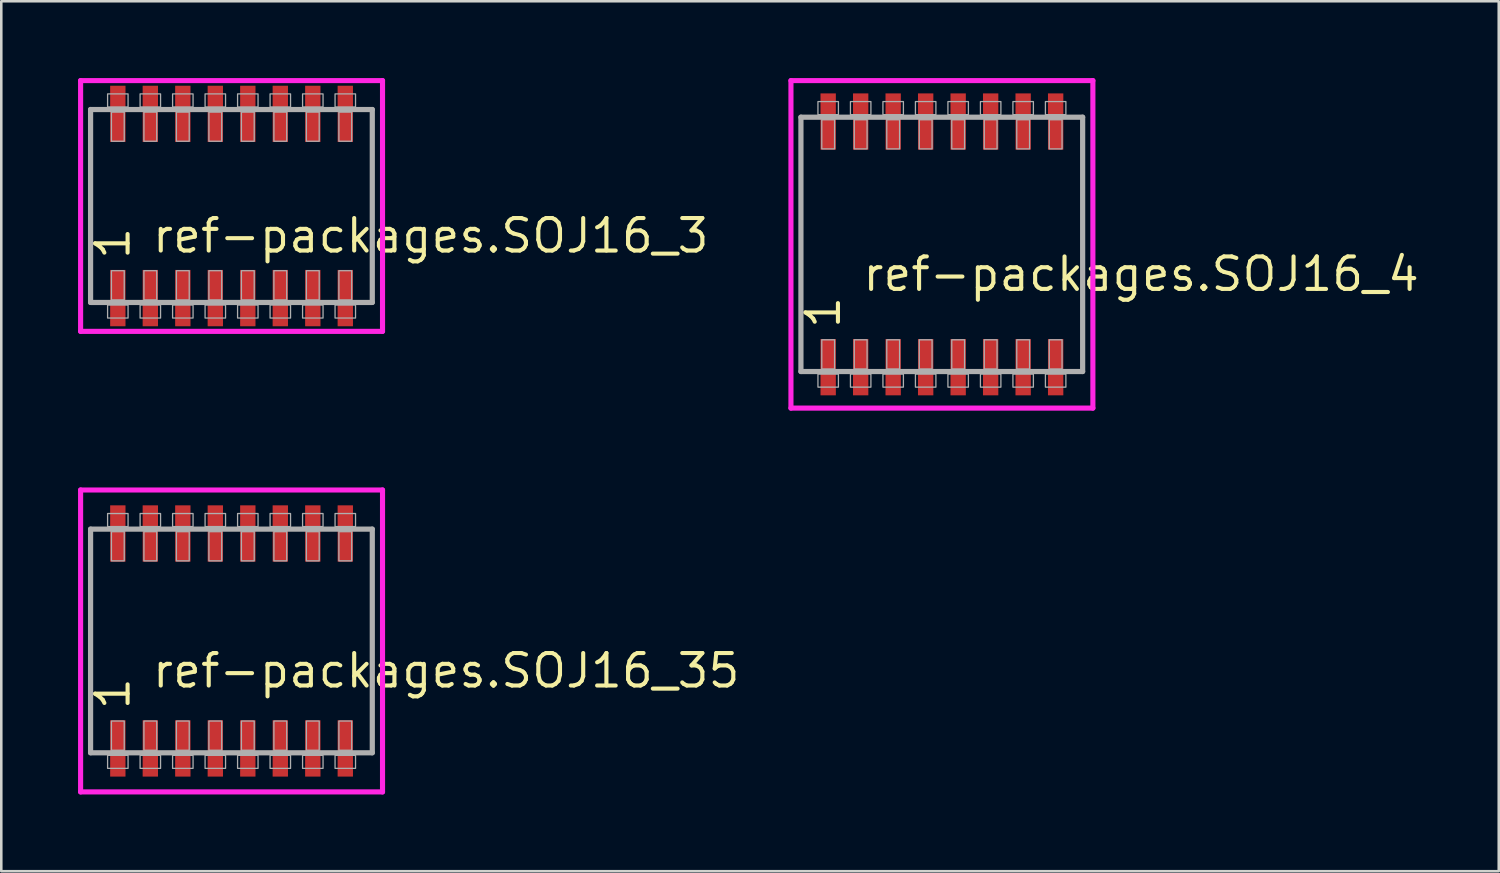
<source format=kicad_pcb>
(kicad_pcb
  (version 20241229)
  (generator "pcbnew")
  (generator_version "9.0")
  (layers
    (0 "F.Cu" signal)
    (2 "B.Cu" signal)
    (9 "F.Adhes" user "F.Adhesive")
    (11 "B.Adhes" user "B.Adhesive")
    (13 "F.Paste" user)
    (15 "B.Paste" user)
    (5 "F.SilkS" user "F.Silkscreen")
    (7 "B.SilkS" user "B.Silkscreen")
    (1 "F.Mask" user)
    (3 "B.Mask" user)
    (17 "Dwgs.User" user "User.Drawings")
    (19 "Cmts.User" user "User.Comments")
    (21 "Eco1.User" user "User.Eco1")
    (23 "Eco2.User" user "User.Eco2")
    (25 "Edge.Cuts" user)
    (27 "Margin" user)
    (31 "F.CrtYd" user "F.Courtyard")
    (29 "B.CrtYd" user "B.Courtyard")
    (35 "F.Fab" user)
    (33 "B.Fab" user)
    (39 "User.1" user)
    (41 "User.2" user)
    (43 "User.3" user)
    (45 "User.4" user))
  (footprint "ref-packages.SOJ16_35"
    (layer "F.Cu")
    (at 6 22)
    (property "Reference" "ref-packages.SOJ16_35" (at -3.175 1.905 0) (layer "F.SilkS") (effects (font (size 1.27 1.27) (thickness 0.16)) (justify left bottom)))
    (attr smd)
    (fp_line (start -5.9 -5.9) (end 5.9 -5.9) (stroke (width 0.2) (type default)) (layer "F.CrtYd"))
    (fp_line (start -5.9 5.9) (end -5.9 -5.9) (stroke (width 0.2) (type default)) (layer "F.CrtYd"))
    (fp_line (start 5.9 -5.9) (end 5.9 5.9) (stroke (width 0.2) (type default)) (layer "F.CrtYd"))
    (fp_line (start 5.9 5.9) (end -5.9 5.9) (stroke (width 0.2) (type default)) (layer "F.CrtYd"))
    (fp_line (start -5.51 -4.37) (end 5.5 -4.37) (stroke (width 0.203) (type default)) (layer "F.Fab"))
    (fp_line (start -5.51 4.37) (end -5.51 -4.37) (stroke (width 0.203) (type default)) (layer "F.Fab"))
    (fp_line (start 5.5 -4.37) (end 5.5 4.37) (stroke (width 0.203) (type default)) (layer "F.Fab"))
    (fp_line (start 5.5 4.37) (end -5.51 4.37) (stroke (width 0.203) (type default)) (layer "F.Fab"))
    (fp_rect (start -4.845 -4.47) (end -4.045 -4.98) (stroke (width 0.05) (type default)) (fill no) (layer "F.Fab"))
    (fp_rect (start -4.845 4.98) (end -4.045 4.47) (stroke (width 0.05) (type default)) (fill no) (layer "F.Fab"))
    (fp_rect (start -4.695 -3.13) (end -4.195 -4.27) (stroke (width 0.05) (type default)) (fill no) (layer "F.Fab"))
    (fp_rect (start -4.695 4.27) (end -4.195 3.13) (stroke (width 0.05) (type default)) (fill no) (layer "F.Fab"))
    (fp_rect (start -3.575 -4.47) (end -2.775 -4.98) (stroke (width 0.05) (type default)) (fill no) (layer "F.Fab"))
    (fp_rect (start -3.575 4.98) (end -2.775 4.47) (stroke (width 0.05) (type default)) (fill no) (layer "F.Fab"))
    (fp_rect (start -3.425 -3.13) (end -2.925 -4.27) (stroke (width 0.05) (type default)) (fill no) (layer "F.Fab"))
    (fp_rect (start -3.425 4.27) (end -2.925 3.13) (stroke (width 0.05) (type default)) (fill no) (layer "F.Fab"))
    (fp_rect (start -2.305 -4.47) (end -1.505 -4.98) (stroke (width 0.05) (type default)) (fill no) (layer "F.Fab"))
    (fp_rect (start -2.305 4.98) (end -1.505 4.47) (stroke (width 0.05) (type default)) (fill no) (layer "F.Fab"))
    (fp_rect (start -2.155 -3.13) (end -1.655 -4.27) (stroke (width 0.05) (type default)) (fill no) (layer "F.Fab"))
    (fp_rect (start -2.155 4.27) (end -1.655 3.13) (stroke (width 0.05) (type default)) (fill no) (layer "F.Fab"))
    (fp_rect (start -1.035 -4.47) (end -0.235 -4.98) (stroke (width 0.05) (type default)) (fill no) (layer "F.Fab"))
    (fp_rect (start -1.035 4.98) (end -0.235 4.47) (stroke (width 0.05) (type default)) (fill no) (layer "F.Fab"))
    (fp_rect (start -0.885 -3.13) (end -0.385 -4.27) (stroke (width 0.05) (type default)) (fill no) (layer "F.Fab"))
    (fp_rect (start -0.885 4.27) (end -0.385 3.13) (stroke (width 0.05) (type default)) (fill no) (layer "F.Fab"))
    (fp_rect (start 0.235 -4.47) (end 1.035 -4.98) (stroke (width 0.05) (type default)) (fill no) (layer "F.Fab"))
    (fp_rect (start 0.235 4.98) (end 1.035 4.47) (stroke (width 0.05) (type default)) (fill no) (layer "F.Fab"))
    (fp_rect (start 0.385 -3.13) (end 0.885 -4.27) (stroke (width 0.05) (type default)) (fill no) (layer "F.Fab"))
    (fp_rect (start 0.385 4.27) (end 0.885 3.13) (stroke (width 0.05) (type default)) (fill no) (layer "F.Fab"))
    (fp_rect (start 1.505 -4.47) (end 2.305 -4.98) (stroke (width 0.05) (type default)) (fill no) (layer "F.Fab"))
    (fp_rect (start 1.505 4.98) (end 2.305 4.47) (stroke (width 0.05) (type default)) (fill no) (layer "F.Fab"))
    (fp_rect (start 1.655 -3.13) (end 2.155 -4.27) (stroke (width 0.05) (type default)) (fill no) (layer "F.Fab"))
    (fp_rect (start 1.655 4.27) (end 2.155 3.13) (stroke (width 0.05) (type default)) (fill no) (layer "F.Fab"))
    (fp_rect (start 2.775 -4.47) (end 3.575 -4.98) (stroke (width 0.05) (type default)) (fill no) (layer "F.Fab"))
    (fp_rect (start 2.775 4.98) (end 3.575 4.47) (stroke (width 0.05) (type default)) (fill no) (layer "F.Fab"))
    (fp_rect (start 2.925 -3.13) (end 3.425 -4.27) (stroke (width 0.05) (type default)) (fill no) (layer "F.Fab"))
    (fp_rect (start 2.925 4.27) (end 3.425 3.13) (stroke (width 0.05) (type default)) (fill no) (layer "F.Fab"))
    (fp_rect (start 4.045 -4.47) (end 4.845 -4.98) (stroke (width 0.05) (type default)) (fill no) (layer "F.Fab"))
    (fp_rect (start 4.045 4.98) (end 4.845 4.47) (stroke (width 0.05) (type default)) (fill no) (layer "F.Fab"))
    (fp_rect (start 4.195 -3.13) (end 4.695 -4.27) (stroke (width 0.05) (type default)) (fill no) (layer "F.Fab"))
    (fp_rect (start 4.195 4.27) (end 4.695 3.13) (stroke (width 0.05) (type default)) (fill no) (layer "F.Fab"))
    (fp_text user "1" (at -3.9 2.77 90) (layer "F.SilkS") (effects (font (size 1.27 1.27) (thickness 0.16)) (justify left bottom)))
    (pad "1" smd roundrect (at -4.445 4.2) (size 0.6 2.2) (layers "F.Cu" "F.Mask" "F.Paste") (roundrect_rratio 0.01))
    (pad "2" smd roundrect (at -3.175 4.2) (size 0.6 2.2) (layers "F.Cu" "F.Mask" "F.Paste") (roundrect_rratio 0.01))
    (pad "3" smd roundrect (at -1.905 4.2) (size 0.6 2.2) (layers "F.Cu" "F.Mask" "F.Paste") (roundrect_rratio 0.01))
    (pad "4" smd roundrect (at -0.635 4.2) (size 0.6 2.2) (layers "F.Cu" "F.Mask" "F.Paste") (roundrect_rratio 0.01))
    (pad "5" smd roundrect (at 0.635 4.2) (size 0.6 2.2) (layers "F.Cu" "F.Mask" "F.Paste") (roundrect_rratio 0.01))
    (pad "6" smd roundrect (at 1.905 4.2) (size 0.6 2.2) (layers "F.Cu" "F.Mask" "F.Paste") (roundrect_rratio 0.01))
    (pad "7" smd roundrect (at 3.175 4.2) (size 0.6 2.2) (layers "F.Cu" "F.Mask" "F.Paste") (roundrect_rratio 0.01))
    (pad "8" smd roundrect (at 4.445 4.2) (size 0.6 2.2) (layers "F.Cu" "F.Mask" "F.Paste") (roundrect_rratio 0.01))
    (pad "9" smd roundrect (at 4.445 -4.2) (size 0.6 2.2) (layers "F.Cu" "F.Mask" "F.Paste") (roundrect_rratio 0.01))
    (pad "10" smd roundrect (at 3.175 -4.2) (size 0.6 2.2) (layers "F.Cu" "F.Mask" "F.Paste") (roundrect_rratio 0.01))
    (pad "11" smd roundrect (at 1.905 -4.2) (size 0.6 2.2) (layers "F.Cu" "F.Mask" "F.Paste") (roundrect_rratio 0.01))
    (pad "12" smd roundrect (at 0.635 -4.2) (size 0.6 2.2) (layers "F.Cu" "F.Mask" "F.Paste") (roundrect_rratio 0.01))
    (pad "13" smd roundrect (at -0.635 -4.2) (size 0.6 2.2) (layers "F.Cu" "F.Mask" "F.Paste") (roundrect_rratio 0.01))
    (pad "14" smd roundrect (at -1.905 -4.2) (size 0.6 2.2) (layers "F.Cu" "F.Mask" "F.Paste") (roundrect_rratio 0.01))
    (pad "15" smd roundrect (at -3.175 -4.2) (size 0.6 2.2) (layers "F.Cu" "F.Mask" "F.Paste") (roundrect_rratio 0.01))
    (pad "16" smd roundrect (at -4.445 -4.2) (size 0.6 2.2) (layers "F.Cu" "F.Mask" "F.Paste") (roundrect_rratio 0.01)))
  (footprint "ref-packages.SOJ16_4"
    (layer "F.Cu")
    (at 33.762 6.5)
    (property "Reference" "ref-packages.SOJ16_4" (at -3.175 1.905 0) (layer "F.SilkS") (effects (font (size 1.27 1.27) (thickness 0.16)) (justify left bottom)))
    (attr smd)
    (fp_line (start -5.9 -6.4) (end 5.9 -6.4) (stroke (width 0.2) (type default)) (layer "F.CrtYd"))
    (fp_line (start -5.9 6.4) (end -5.9 -6.4) (stroke (width 0.2) (type default)) (layer "F.CrtYd"))
    (fp_line (start 5.9 -6.4) (end 5.9 6.4) (stroke (width 0.2) (type default)) (layer "F.CrtYd"))
    (fp_line (start 5.9 6.4) (end -5.9 6.4) (stroke (width 0.2) (type default)) (layer "F.CrtYd"))
    (fp_line (start -5.51 -4.97) (end 5.5 -4.97) (stroke (width 0.203) (type default)) (layer "F.Fab"))
    (fp_line (start -5.51 4.97) (end -5.51 -4.97) (stroke (width 0.203) (type default)) (layer "F.Fab"))
    (fp_line (start 5.5 -4.97) (end 5.5 4.97) (stroke (width 0.203) (type default)) (layer "F.Fab"))
    (fp_line (start 5.5 4.97) (end -5.51 4.97) (stroke (width 0.203) (type default)) (layer "F.Fab"))
    (fp_rect (start -4.845 -5.07) (end -4.045 -5.58) (stroke (width 0.05) (type default)) (fill no) (layer "F.Fab"))
    (fp_rect (start -4.845 5.58) (end -4.045 5.07) (stroke (width 0.05) (type default)) (fill no) (layer "F.Fab"))
    (fp_rect (start -4.695 -3.73) (end -4.195 -4.87) (stroke (width 0.05) (type default)) (fill no) (layer "F.Fab"))
    (fp_rect (start -4.695 4.87) (end -4.195 3.73) (stroke (width 0.05) (type default)) (fill no) (layer "F.Fab"))
    (fp_rect (start -3.575 -5.07) (end -2.775 -5.58) (stroke (width 0.05) (type default)) (fill no) (layer "F.Fab"))
    (fp_rect (start -3.575 5.58) (end -2.775 5.07) (stroke (width 0.05) (type default)) (fill no) (layer "F.Fab"))
    (fp_rect (start -3.425 -3.73) (end -2.925 -4.87) (stroke (width 0.05) (type default)) (fill no) (layer "F.Fab"))
    (fp_rect (start -3.425 4.87) (end -2.925 3.73) (stroke (width 0.05) (type default)) (fill no) (layer "F.Fab"))
    (fp_rect (start -2.305 -5.07) (end -1.505 -5.58) (stroke (width 0.05) (type default)) (fill no) (layer "F.Fab"))
    (fp_rect (start -2.305 5.58) (end -1.505 5.07) (stroke (width 0.05) (type default)) (fill no) (layer "F.Fab"))
    (fp_rect (start -2.155 -3.73) (end -1.655 -4.87) (stroke (width 0.05) (type default)) (fill no) (layer "F.Fab"))
    (fp_rect (start -2.155 4.87) (end -1.655 3.73) (stroke (width 0.05) (type default)) (fill no) (layer "F.Fab"))
    (fp_rect (start -1.035 -5.07) (end -0.235 -5.58) (stroke (width 0.05) (type default)) (fill no) (layer "F.Fab"))
    (fp_rect (start -1.035 5.58) (end -0.235 5.07) (stroke (width 0.05) (type default)) (fill no) (layer "F.Fab"))
    (fp_rect (start -0.885 -3.73) (end -0.385 -4.87) (stroke (width 0.05) (type default)) (fill no) (layer "F.Fab"))
    (fp_rect (start -0.885 4.87) (end -0.385 3.73) (stroke (width 0.05) (type default)) (fill no) (layer "F.Fab"))
    (fp_rect (start 0.235 -5.07) (end 1.035 -5.58) (stroke (width 0.05) (type default)) (fill no) (layer "F.Fab"))
    (fp_rect (start 0.235 5.58) (end 1.035 5.07) (stroke (width 0.05) (type default)) (fill no) (layer "F.Fab"))
    (fp_rect (start 0.385 -3.73) (end 0.885 -4.87) (stroke (width 0.05) (type default)) (fill no) (layer "F.Fab"))
    (fp_rect (start 0.385 4.87) (end 0.885 3.73) (stroke (width 0.05) (type default)) (fill no) (layer "F.Fab"))
    (fp_rect (start 1.505 -5.07) (end 2.305 -5.58) (stroke (width 0.05) (type default)) (fill no) (layer "F.Fab"))
    (fp_rect (start 1.505 5.58) (end 2.305 5.07) (stroke (width 0.05) (type default)) (fill no) (layer "F.Fab"))
    (fp_rect (start 1.655 -3.73) (end 2.155 -4.87) (stroke (width 0.05) (type default)) (fill no) (layer "F.Fab"))
    (fp_rect (start 1.655 4.87) (end 2.155 3.73) (stroke (width 0.05) (type default)) (fill no) (layer "F.Fab"))
    (fp_rect (start 2.775 -5.07) (end 3.575 -5.58) (stroke (width 0.05) (type default)) (fill no) (layer "F.Fab"))
    (fp_rect (start 2.775 5.58) (end 3.575 5.07) (stroke (width 0.05) (type default)) (fill no) (layer "F.Fab"))
    (fp_rect (start 2.925 -3.73) (end 3.425 -4.87) (stroke (width 0.05) (type default)) (fill no) (layer "F.Fab"))
    (fp_rect (start 2.925 4.87) (end 3.425 3.73) (stroke (width 0.05) (type default)) (fill no) (layer "F.Fab"))
    (fp_rect (start 4.045 -5.07) (end 4.845 -5.58) (stroke (width 0.05) (type default)) (fill no) (layer "F.Fab"))
    (fp_rect (start 4.045 5.58) (end 4.845 5.07) (stroke (width 0.05) (type default)) (fill no) (layer "F.Fab"))
    (fp_rect (start 4.195 -3.73) (end 4.695 -4.87) (stroke (width 0.05) (type default)) (fill no) (layer "F.Fab"))
    (fp_rect (start 4.195 4.87) (end 4.695 3.73) (stroke (width 0.05) (type default)) (fill no) (layer "F.Fab"))
    (fp_text user "1" (at -3.9 3.37 90) (layer "F.SilkS") (effects (font (size 1.27 1.27) (thickness 0.16)) (justify left bottom)))
    (pad "1" smd roundrect (at -4.445 4.8) (size 0.6 2.2) (layers "F.Cu" "F.Mask" "F.Paste") (roundrect_rratio 0.01))
    (pad "2" smd roundrect (at -3.175 4.8) (size 0.6 2.2) (layers "F.Cu" "F.Mask" "F.Paste") (roundrect_rratio 0.01))
    (pad "3" smd roundrect (at -1.905 4.8) (size 0.6 2.2) (layers "F.Cu" "F.Mask" "F.Paste") (roundrect_rratio 0.01))
    (pad "4" smd roundrect (at -0.635 4.8) (size 0.6 2.2) (layers "F.Cu" "F.Mask" "F.Paste") (roundrect_rratio 0.01))
    (pad "5" smd roundrect (at 0.635 4.8) (size 0.6 2.2) (layers "F.Cu" "F.Mask" "F.Paste") (roundrect_rratio 0.01))
    (pad "6" smd roundrect (at 1.905 4.8) (size 0.6 2.2) (layers "F.Cu" "F.Mask" "F.Paste") (roundrect_rratio 0.01))
    (pad "7" smd roundrect (at 3.175 4.8) (size 0.6 2.2) (layers "F.Cu" "F.Mask" "F.Paste") (roundrect_rratio 0.01))
    (pad "8" smd roundrect (at 4.445 4.8) (size 0.6 2.2) (layers "F.Cu" "F.Mask" "F.Paste") (roundrect_rratio 0.01))
    (pad "9" smd roundrect (at 4.445 -4.8) (size 0.6 2.2) (layers "F.Cu" "F.Mask" "F.Paste") (roundrect_rratio 0.01))
    (pad "10" smd roundrect (at 3.175 -4.8) (size 0.6 2.2) (layers "F.Cu" "F.Mask" "F.Paste") (roundrect_rratio 0.01))
    (pad "11" smd roundrect (at 1.905 -4.8) (size 0.6 2.2) (layers "F.Cu" "F.Mask" "F.Paste") (roundrect_rratio 0.01))
    (pad "12" smd roundrect (at 0.635 -4.8) (size 0.6 2.2) (layers "F.Cu" "F.Mask" "F.Paste") (roundrect_rratio 0.01))
    (pad "13" smd roundrect (at -0.635 -4.8) (size 0.6 2.2) (layers "F.Cu" "F.Mask" "F.Paste") (roundrect_rratio 0.01))
    (pad "14" smd roundrect (at -1.905 -4.8) (size 0.6 2.2) (layers "F.Cu" "F.Mask" "F.Paste") (roundrect_rratio 0.01))
    (pad "15" smd roundrect (at -3.175 -4.8) (size 0.6 2.2) (layers "F.Cu" "F.Mask" "F.Paste") (roundrect_rratio 0.01))
    (pad "16" smd roundrect (at -4.445 -4.8) (size 0.6 2.2) (layers "F.Cu" "F.Mask" "F.Paste") (roundrect_rratio 0.01)))
  (footprint "ref-packages.SOJ16_3"
    (layer "F.Cu")
    (at 6 5)
    (property "Reference" "ref-packages.SOJ16_3" (at -3.175 1.905 0) (layer "F.SilkS") (effects (font (size 1.27 1.27) (thickness 0.16)) (justify left bottom)))
    (attr smd)
    (fp_line (start -5.9 -4.9) (end 5.9 -4.9) (stroke (width 0.2) (type default)) (layer "F.CrtYd"))
    (fp_line (start -5.9 4.9) (end -5.9 -4.9) (stroke (width 0.2) (type default)) (layer "F.CrtYd"))
    (fp_line (start 5.9 -4.9) (end 5.9 4.9) (stroke (width 0.2) (type default)) (layer "F.CrtYd"))
    (fp_line (start 5.9 4.9) (end -5.9 4.9) (stroke (width 0.2) (type default)) (layer "F.CrtYd"))
    (fp_line (start -5.51 -3.77) (end 5.5 -3.77) (stroke (width 0.203) (type default)) (layer "F.Fab"))
    (fp_line (start -5.51 3.77) (end -5.51 -3.77) (stroke (width 0.203) (type default)) (layer "F.Fab"))
    (fp_line (start 5.5 -3.77) (end 5.5 3.77) (stroke (width 0.203) (type default)) (layer "F.Fab"))
    (fp_line (start 5.5 3.77) (end -5.51 3.77) (stroke (width 0.203) (type default)) (layer "F.Fab"))
    (fp_rect (start -4.845 -3.87) (end -4.045 -4.38) (stroke (width 0.05) (type default)) (fill no) (layer "F.Fab"))
    (fp_rect (start -4.845 4.38) (end -4.045 3.87) (stroke (width 0.05) (type default)) (fill no) (layer "F.Fab"))
    (fp_rect (start -4.695 -2.53) (end -4.195 -3.67) (stroke (width 0.05) (type default)) (fill no) (layer "F.Fab"))
    (fp_rect (start -4.695 3.67) (end -4.195 2.53) (stroke (width 0.05) (type default)) (fill no) (layer "F.Fab"))
    (fp_rect (start -3.575 -3.87) (end -2.775 -4.38) (stroke (width 0.05) (type default)) (fill no) (layer "F.Fab"))
    (fp_rect (start -3.575 4.38) (end -2.775 3.87) (stroke (width 0.05) (type default)) (fill no) (layer "F.Fab"))
    (fp_rect (start -3.425 -2.53) (end -2.925 -3.67) (stroke (width 0.05) (type default)) (fill no) (layer "F.Fab"))
    (fp_rect (start -3.425 3.67) (end -2.925 2.53) (stroke (width 0.05) (type default)) (fill no) (layer "F.Fab"))
    (fp_rect (start -2.305 -3.87) (end -1.505 -4.38) (stroke (width 0.05) (type default)) (fill no) (layer "F.Fab"))
    (fp_rect (start -2.305 4.38) (end -1.505 3.87) (stroke (width 0.05) (type default)) (fill no) (layer "F.Fab"))
    (fp_rect (start -2.155 -2.53) (end -1.655 -3.67) (stroke (width 0.05) (type default)) (fill no) (layer "F.Fab"))
    (fp_rect (start -2.155 3.67) (end -1.655 2.53) (stroke (width 0.05) (type default)) (fill no) (layer "F.Fab"))
    (fp_rect (start -1.035 -3.87) (end -0.235 -4.38) (stroke (width 0.05) (type default)) (fill no) (layer "F.Fab"))
    (fp_rect (start -1.035 4.38) (end -0.235 3.87) (stroke (width 0.05) (type default)) (fill no) (layer "F.Fab"))
    (fp_rect (start -0.885 -2.53) (end -0.385 -3.67) (stroke (width 0.05) (type default)) (fill no) (layer "F.Fab"))
    (fp_rect (start -0.885 3.67) (end -0.385 2.53) (stroke (width 0.05) (type default)) (fill no) (layer "F.Fab"))
    (fp_rect (start 0.235 -3.87) (end 1.035 -4.38) (stroke (width 0.05) (type default)) (fill no) (layer "F.Fab"))
    (fp_rect (start 0.235 4.38) (end 1.035 3.87) (stroke (width 0.05) (type default)) (fill no) (layer "F.Fab"))
    (fp_rect (start 0.385 -2.53) (end 0.885 -3.67) (stroke (width 0.05) (type default)) (fill no) (layer "F.Fab"))
    (fp_rect (start 0.385 3.67) (end 0.885 2.53) (stroke (width 0.05) (type default)) (fill no) (layer "F.Fab"))
    (fp_rect (start 1.505 -3.87) (end 2.305 -4.38) (stroke (width 0.05) (type default)) (fill no) (layer "F.Fab"))
    (fp_rect (start 1.505 4.38) (end 2.305 3.87) (stroke (width 0.05) (type default)) (fill no) (layer "F.Fab"))
    (fp_rect (start 1.655 -2.53) (end 2.155 -3.67) (stroke (width 0.05) (type default)) (fill no) (layer "F.Fab"))
    (fp_rect (start 1.655 3.67) (end 2.155 2.53) (stroke (width 0.05) (type default)) (fill no) (layer "F.Fab"))
    (fp_rect (start 2.775 -3.87) (end 3.575 -4.38) (stroke (width 0.05) (type default)) (fill no) (layer "F.Fab"))
    (fp_rect (start 2.775 4.38) (end 3.575 3.87) (stroke (width 0.05) (type default)) (fill no) (layer "F.Fab"))
    (fp_rect (start 2.925 -2.53) (end 3.425 -3.67) (stroke (width 0.05) (type default)) (fill no) (layer "F.Fab"))
    (fp_rect (start 2.925 3.67) (end 3.425 2.53) (stroke (width 0.05) (type default)) (fill no) (layer "F.Fab"))
    (fp_rect (start 4.045 -3.87) (end 4.845 -4.38) (stroke (width 0.05) (type default)) (fill no) (layer "F.Fab"))
    (fp_rect (start 4.045 4.38) (end 4.845 3.87) (stroke (width 0.05) (type default)) (fill no) (layer "F.Fab"))
    (fp_rect (start 4.195 -2.53) (end 4.695 -3.67) (stroke (width 0.05) (type default)) (fill no) (layer "F.Fab"))
    (fp_rect (start 4.195 3.67) (end 4.695 2.53) (stroke (width 0.05) (type default)) (fill no) (layer "F.Fab"))
    (fp_text user "1" (at -3.9 2.17 90) (layer "F.SilkS") (effects (font (size 1.27 1.27) (thickness 0.16)) (justify left bottom)))
    (pad "1" smd roundrect (at -4.445 3.6) (size 0.6 2.2) (layers "F.Cu" "F.Mask" "F.Paste") (roundrect_rratio 0.01))
    (pad "2" smd roundrect (at -3.175 3.6) (size 0.6 2.2) (layers "F.Cu" "F.Mask" "F.Paste") (roundrect_rratio 0.01))
    (pad "3" smd roundrect (at -1.905 3.6) (size 0.6 2.2) (layers "F.Cu" "F.Mask" "F.Paste") (roundrect_rratio 0.01))
    (pad "4" smd roundrect (at -0.635 3.6) (size 0.6 2.2) (layers "F.Cu" "F.Mask" "F.Paste") (roundrect_rratio 0.01))
    (pad "5" smd roundrect (at 0.635 3.6) (size 0.6 2.2) (layers "F.Cu" "F.Mask" "F.Paste") (roundrect_rratio 0.01))
    (pad "6" smd roundrect (at 1.905 3.6) (size 0.6 2.2) (layers "F.Cu" "F.Mask" "F.Paste") (roundrect_rratio 0.01))
    (pad "7" smd roundrect (at 3.175 3.6) (size 0.6 2.2) (layers "F.Cu" "F.Mask" "F.Paste") (roundrect_rratio 0.01))
    (pad "8" smd roundrect (at 4.445 3.6) (size 0.6 2.2) (layers "F.Cu" "F.Mask" "F.Paste") (roundrect_rratio 0.01))
    (pad "9" smd roundrect (at 4.445 -3.6) (size 0.6 2.2) (layers "F.Cu" "F.Mask" "F.Paste") (roundrect_rratio 0.01))
    (pad "10" smd roundrect (at 3.175 -3.6) (size 0.6 2.2) (layers "F.Cu" "F.Mask" "F.Paste") (roundrect_rratio 0.01))
    (pad "11" smd roundrect (at 1.905 -3.6) (size 0.6 2.2) (layers "F.Cu" "F.Mask" "F.Paste") (roundrect_rratio 0.01))
    (pad "12" smd roundrect (at 0.635 -3.6) (size 0.6 2.2) (layers "F.Cu" "F.Mask" "F.Paste") (roundrect_rratio 0.01))
    (pad "13" smd roundrect (at -0.635 -3.6) (size 0.6 2.2) (layers "F.Cu" "F.Mask" "F.Paste") (roundrect_rratio 0.01))
    (pad "14" smd roundrect (at -1.905 -3.6) (size 0.6 2.2) (layers "F.Cu" "F.Mask" "F.Paste") (roundrect_rratio 0.01))
    (pad "15" smd roundrect (at -3.175 -3.6) (size 0.6 2.2) (layers "F.Cu" "F.Mask" "F.Paste") (roundrect_rratio 0.01))
    (pad "16" smd roundrect (at -4.445 -3.6) (size 0.6 2.2) (layers "F.Cu" "F.Mask" "F.Paste") (roundrect_rratio 0.01)))
  (gr_rect
    (start -3 -3)
    (end 55.524 31)
    (stroke (width 0.1) (type default))
    (fill no)
    (layer "Edge.Cuts")))
</source>
